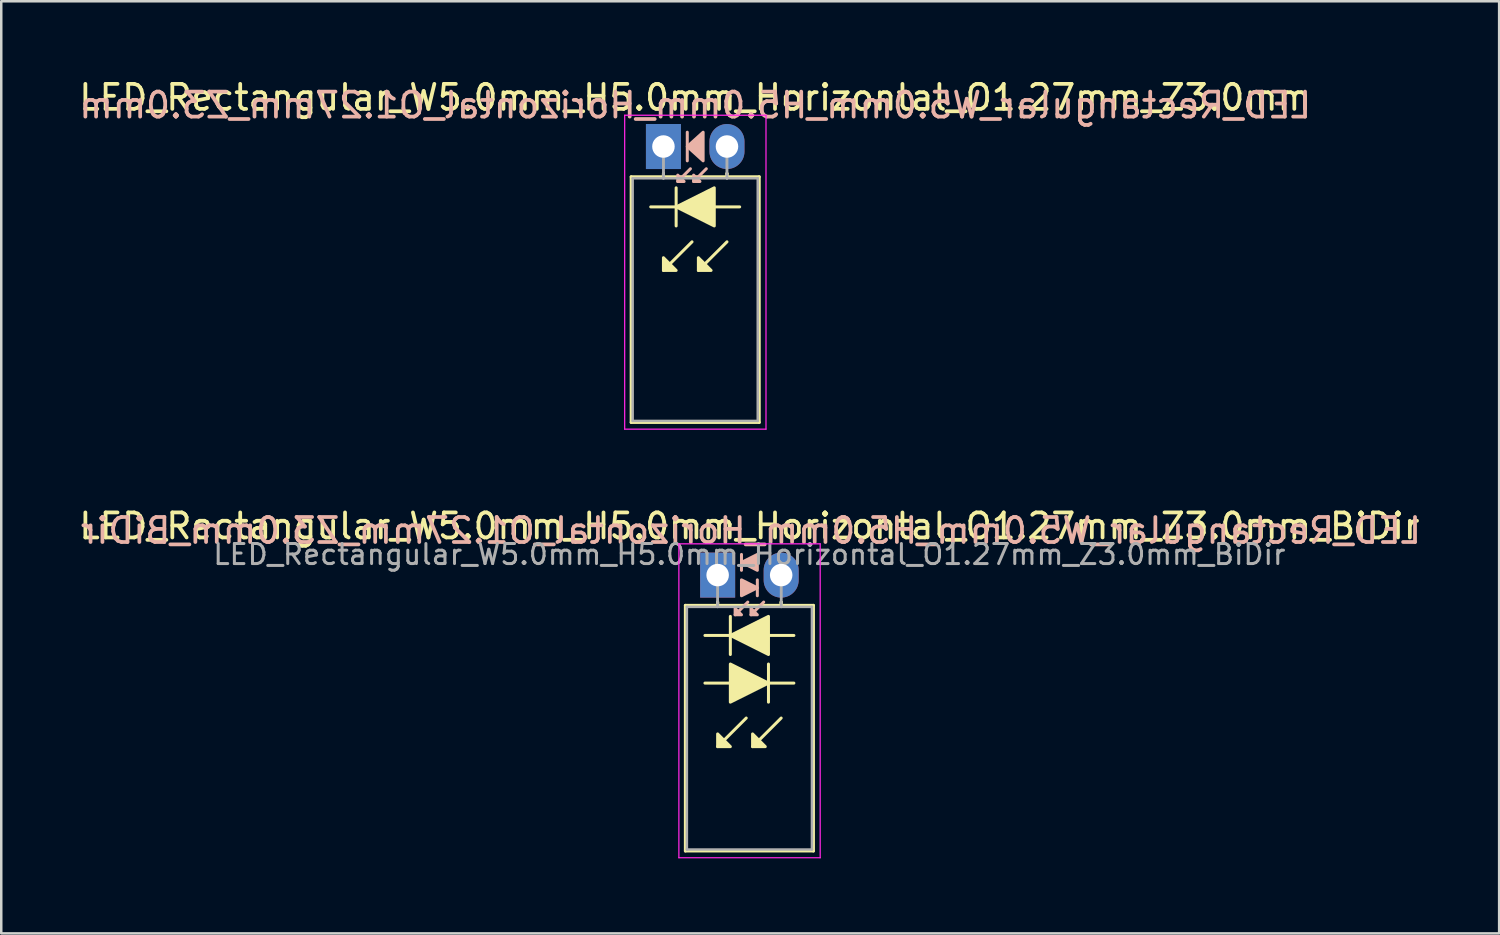
<source format=kicad_pcb>
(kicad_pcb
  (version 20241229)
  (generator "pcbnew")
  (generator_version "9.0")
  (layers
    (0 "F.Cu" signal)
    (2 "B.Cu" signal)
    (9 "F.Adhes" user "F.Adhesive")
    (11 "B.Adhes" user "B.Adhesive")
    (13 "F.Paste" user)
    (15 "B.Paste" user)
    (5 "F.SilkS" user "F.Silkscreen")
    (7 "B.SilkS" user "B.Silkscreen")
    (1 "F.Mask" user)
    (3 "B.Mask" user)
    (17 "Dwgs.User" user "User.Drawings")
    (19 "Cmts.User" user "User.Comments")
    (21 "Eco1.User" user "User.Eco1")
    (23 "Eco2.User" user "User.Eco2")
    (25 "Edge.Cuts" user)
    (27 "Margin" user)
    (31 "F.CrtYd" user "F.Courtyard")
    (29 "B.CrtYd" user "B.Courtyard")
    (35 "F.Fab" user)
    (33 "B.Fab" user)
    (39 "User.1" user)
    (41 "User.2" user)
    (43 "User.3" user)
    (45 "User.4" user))
  (footprint "LED_Rectangular_W5.0mm_H5.0mm_Horizontal_O1.27mm_Z3.0mm_BiDir"
    (layer "F.Cu")
    (at 25.641 19.942)
    (property "Reference" "LED_Rectangular_W5.0mm_H5.0mm_Horizontal_O1.27mm_Z3.0mm_BiDir" (at 1.27 -1.96 0) (layer "F.SilkS") (effects (font (size 1 1) (thickness 0.15))))
    (fp_line (start -1.29 1.21) (end -1.29 11.03) (stroke (width 0.12) (type solid)) (layer "F.SilkS"))
    (fp_line (start -1.29 11.03) (end 3.83 11.03) (stroke (width 0.12) (type solid)) (layer "F.SilkS"))
    (fp_line (start -0.508 4.318) (end 0.508 4.318) (stroke (width 0.12) (type solid)) (layer "F.SilkS"))
    (fp_line (start 0 1.08) (end 0 1.08) (stroke (width 0.12) (type solid)) (layer "F.SilkS"))
    (fp_line (start 0 1.08) (end 0 1.21) (stroke (width 0.12) (type solid)) (layer "F.SilkS"))
    (fp_line (start 0 1.21) (end 0 1.08) (stroke (width 0.12) (type solid)) (layer "F.SilkS"))
    (fp_line (start 0 1.21) (end 0 1.21) (stroke (width 0.12) (type solid)) (layer "F.SilkS"))
    (fp_line (start 0.508 1.651) (end 0.508 3.175) (stroke (width 0.12) (type solid)) (layer "F.SilkS"))
    (fp_line (start 0.508 2.413) (end -0.508 2.413) (stroke (width 0.12) (type solid)) (layer "F.SilkS"))
    (fp_line (start 1.143 5.715) (end 0 6.858) (stroke (width 0.12) (type solid)) (layer "F.SilkS"))
    (fp_line (start 2.032 4.318) (end 3.048 4.318) (stroke (width 0.12) (type solid)) (layer "F.SilkS"))
    (fp_line (start 2.032 5.08) (end 2.032 3.556) (stroke (width 0.12) (type solid)) (layer "F.SilkS"))
    (fp_line (start 2.54 1.08) (end 2.54 1.08) (stroke (width 0.12) (type solid)) (layer "F.SilkS"))
    (fp_line (start 2.54 1.08) (end 2.54 1.21) (stroke (width 0.12) (type solid)) (layer "F.SilkS"))
    (fp_line (start 2.54 1.21) (end 2.54 1.08) (stroke (width 0.12) (type solid)) (layer "F.SilkS"))
    (fp_line (start 2.54 1.21) (end 2.54 1.21) (stroke (width 0.12) (type solid)) (layer "F.SilkS"))
    (fp_line (start 2.54 5.715) (end 1.397 6.858) (stroke (width 0.12) (type solid)) (layer "F.SilkS"))
    (fp_line (start 3.048 2.413) (end 2.032 2.413) (stroke (width 0.12) (type solid)) (layer "F.SilkS"))
    (fp_line (start 3.83 1.21) (end -1.29 1.21) (stroke (width 0.12) (type solid)) (layer "F.SilkS"))
    (fp_line (start 3.83 11.03) (end 3.83 1.21) (stroke (width 0.12) (type solid)) (layer "F.SilkS"))
    (fp_poly (pts (xy 0 6.35) (xy 0.508 6.858) (xy 0 6.858)) (stroke (width 0.12) (type solid)) (fill yes) (layer "F.SilkS"))
    (fp_poly (pts (xy 0.508 3.556) (xy 2.032 4.318) (xy 0.508 5.08)) (stroke (width 0.12) (type solid)) (fill yes) (layer "F.SilkS"))
    (fp_poly (pts (xy 1.397 6.35) (xy 1.905 6.858) (xy 1.397 6.858)) (stroke (width 0.12) (type solid)) (fill yes) (layer "F.SilkS"))
    (fp_poly (pts (xy 2.032 3.175) (xy 0.508 2.413) (xy 2.032 1.651)) (stroke (width 0.12) (type solid)) (fill yes) (layer "F.SilkS"))
    (fp_line (start 0.953 -0.826) (end 0.953 -0.191) (stroke (width 0.12) (type solid)) (layer "B.SilkS"))
    (fp_line (start 1.206 1.079) (end 0.699 1.587) (stroke (width 0.12) (type solid)) (layer "B.SilkS"))
    (fp_line (start 1.587 0.826) (end 1.587 0.191) (stroke (width 0.12) (type solid)) (layer "B.SilkS"))
    (fp_line (start 1.841 1.079) (end 1.333 1.587) (stroke (width 0.12) (type solid)) (layer "B.SilkS"))
    (fp_poly (pts (xy 0.699 1.333) (xy 0.953 1.587) (xy 0.699 1.587)) (stroke (width 0.12) (type solid)) (fill yes) (layer "B.SilkS"))
    (fp_poly (pts (xy 0.953 0.191) (xy 1.587 0.508) (xy 0.953 0.826)) (stroke (width 0.12) (type solid)) (fill yes) (layer "B.SilkS"))
    (fp_poly (pts (xy 1.333 1.333) (xy 1.587 1.587) (xy 1.333 1.587)) (stroke (width 0.12) (type solid)) (fill yes) (layer "B.SilkS"))
    (fp_poly (pts (xy 1.587 -0.191) (xy 0.953 -0.508) (xy 1.587 -0.826)) (stroke (width 0.12) (type solid)) (fill yes) (layer "B.SilkS"))
    (fp_line (start -1.55 -1.25) (end -1.55 11.3) (stroke (width 0.05) (type solid)) (layer "F.CrtYd"))
    (fp_line (start -1.55 11.3) (end 4.1 11.3) (stroke (width 0.05) (type solid)) (layer "F.CrtYd"))
    (fp_line (start 4.1 -1.25) (end -1.55 -1.25) (stroke (width 0.05) (type solid)) (layer "F.CrtYd"))
    (fp_line (start 4.1 11.3) (end 4.1 -1.25) (stroke (width 0.05) (type solid)) (layer "F.CrtYd"))
    (fp_line (start -1.23 1.27) (end -1.23 10.97) (stroke (width 0.1) (type solid)) (layer "F.Fab"))
    (fp_line (start -1.23 10.97) (end 3.77 10.97) (stroke (width 0.1) (type solid)) (layer "F.Fab"))
    (fp_line (start 0 0) (end 0 0) (stroke (width 0.1) (type solid)) (layer "F.Fab"))
    (fp_line (start 0 0) (end 0 1.27) (stroke (width 0.1) (type solid)) (layer "F.Fab"))
    (fp_line (start 0 1.27) (end 0 0) (stroke (width 0.1) (type solid)) (layer "F.Fab"))
    (fp_line (start 0 1.27) (end 0 1.27) (stroke (width 0.1) (type solid)) (layer "F.Fab"))
    (fp_line (start 2.54 0) (end 2.54 0) (stroke (width 0.1) (type solid)) (layer "F.Fab"))
    (fp_line (start 2.54 0) (end 2.54 1.27) (stroke (width 0.1) (type solid)) (layer "F.Fab"))
    (fp_line (start 2.54 1.27) (end 2.54 0) (stroke (width 0.1) (type solid)) (layer "F.Fab"))
    (fp_line (start 2.54 1.27) (end 2.54 1.27) (stroke (width 0.1) (type solid)) (layer "F.Fab"))
    (fp_line (start 3.77 1.27) (end -1.23 1.27) (stroke (width 0.1) (type solid)) (layer "F.Fab"))
    (fp_line (start 3.77 10.97) (end 3.77 1.27) (stroke (width 0.1) (type solid)) (layer "F.Fab"))
    (fp_text user "${REFERENCE}" (at 1.333 -1.778 0) (layer "B.SilkS") (effects (font (size 1 1) (thickness 0.15)) (justify mirror)))
    (fp_text user "${REFERENCE}" (at 1.27 -0.826 0) (layer "F.Fab") (effects (font (size 0.8 0.8) (thickness 0.12))))
    (pad "1" thru_hole rect (at 0 0) (size 1.4 1.8) (drill 0.9) (layers "*.Cu" "*.Mask"))
    (pad "2" thru_hole oval (at 2.54 0) (size 1.4 1.8) (drill 0.9) (layers "*.Cu" "*.Mask")))
  (footprint "LED_Rectangular_W5.0mm_H5.0mm_Horizontal_O1.27mm_Z3.0mm"
    (layer "F.Cu")
    (at 23.474 2.808)
    (property "Reference" "LED_Rectangular_W5.0mm_H5.0mm_Horizontal_O1.27mm_Z3.0mm" (at 1.27 -1.96 0) (layer "F.SilkS") (effects (font (size 1 1) (thickness 0.15))))
    (fp_line (start -1.29 1.21) (end -1.29 11.03) (stroke (width 0.12) (type solid)) (layer "F.SilkS"))
    (fp_line (start -1.29 11.03) (end 3.83 11.03) (stroke (width 0.12) (type solid)) (layer "F.SilkS"))
    (fp_line (start 0 1.08) (end 0 1.08) (stroke (width 0.12) (type solid)) (layer "F.SilkS"))
    (fp_line (start 0 1.08) (end 0 1.21) (stroke (width 0.12) (type solid)) (layer "F.SilkS"))
    (fp_line (start 0 1.21) (end 0 1.08) (stroke (width 0.12) (type solid)) (layer "F.SilkS"))
    (fp_line (start 0 1.21) (end 0 1.21) (stroke (width 0.12) (type solid)) (layer "F.SilkS"))
    (fp_line (start 0.508 1.651) (end 0.508 3.175) (stroke (width 0.12) (type solid)) (layer "F.SilkS"))
    (fp_line (start 0.508 2.413) (end -0.508 2.413) (stroke (width 0.12) (type solid)) (layer "F.SilkS"))
    (fp_line (start 1.143 3.81) (end 0 4.953) (stroke (width 0.12) (type solid)) (layer "F.SilkS"))
    (fp_line (start 2.54 1.08) (end 2.54 1.08) (stroke (width 0.12) (type solid)) (layer "F.SilkS"))
    (fp_line (start 2.54 1.08) (end 2.54 1.21) (stroke (width 0.12) (type solid)) (layer "F.SilkS"))
    (fp_line (start 2.54 1.21) (end 2.54 1.08) (stroke (width 0.12) (type solid)) (layer "F.SilkS"))
    (fp_line (start 2.54 1.21) (end 2.54 1.21) (stroke (width 0.12) (type solid)) (layer "F.SilkS"))
    (fp_line (start 2.54 3.81) (end 1.397 4.953) (stroke (width 0.12) (type solid)) (layer "F.SilkS"))
    (fp_line (start 3.048 2.413) (end 2.032 2.413) (stroke (width 0.12) (type solid)) (layer "F.SilkS"))
    (fp_line (start 3.83 1.21) (end -1.29 1.21) (stroke (width 0.12) (type solid)) (layer "F.SilkS"))
    (fp_line (start 3.83 11.03) (end 3.83 1.21) (stroke (width 0.12) (type solid)) (layer "F.SilkS"))
    (fp_poly (pts (xy 0 4.445) (xy 0.508 4.953) (xy 0 4.953)) (stroke (width 0.12) (type solid)) (fill yes) (layer "F.SilkS"))
    (fp_poly (pts (xy 1.397 4.445) (xy 1.905 4.953) (xy 1.397 4.953)) (stroke (width 0.12) (type solid)) (fill yes) (layer "F.SilkS"))
    (fp_poly (pts (xy 2.032 3.175) (xy 0.508 2.413) (xy 2.032 1.651)) (stroke (width 0.12) (type solid)) (fill yes) (layer "F.SilkS"))
    (fp_line (start 0.953 -0.572) (end 0.953 0.572) (stroke (width 0.12) (type solid)) (layer "B.SilkS"))
    (fp_line (start 1.079 0.889) (end 0.572 1.397) (stroke (width 0.12) (type solid)) (layer "B.SilkS"))
    (fp_line (start 1.714 0.889) (end 1.206 1.397) (stroke (width 0.12) (type solid)) (layer "B.SilkS"))
    (fp_poly (pts (xy 0.572 1.143) (xy 0.826 1.397) (xy 0.572 1.397)) (stroke (width 0.12) (type solid)) (fill yes) (layer "B.SilkS"))
    (fp_poly (pts (xy 1.206 1.143) (xy 1.46 1.397) (xy 1.206 1.397)) (stroke (width 0.12) (type solid)) (fill yes) (layer "B.SilkS"))
    (fp_poly (pts (xy 1.587 0.572) (xy 0.953 0) (xy 1.587 -0.572)) (stroke (width 0.12) (type solid)) (fill yes) (layer "B.SilkS"))
    (fp_line (start -1.55 -1.25) (end -1.55 11.3) (stroke (width 0.05) (type solid)) (layer "F.CrtYd"))
    (fp_line (start -1.55 11.3) (end 4.1 11.3) (stroke (width 0.05) (type solid)) (layer "F.CrtYd"))
    (fp_line (start 4.1 -1.25) (end -1.55 -1.25) (stroke (width 0.05) (type solid)) (layer "F.CrtYd"))
    (fp_line (start 4.1 11.3) (end 4.1 -1.25) (stroke (width 0.05) (type solid)) (layer "F.CrtYd"))
    (fp_line (start -1.23 1.27) (end -1.23 10.97) (stroke (width 0.1) (type solid)) (layer "F.Fab"))
    (fp_line (start -1.23 10.97) (end 3.77 10.97) (stroke (width 0.1) (type solid)) (layer "F.Fab"))
    (fp_line (start 0 0) (end 0 0) (stroke (width 0.1) (type solid)) (layer "F.Fab"))
    (fp_line (start 0 0) (end 0 1.27) (stroke (width 0.1) (type solid)) (layer "F.Fab"))
    (fp_line (start 0 1.27) (end 0 0) (stroke (width 0.1) (type solid)) (layer "F.Fab"))
    (fp_line (start 0 1.27) (end 0 1.27) (stroke (width 0.1) (type solid)) (layer "F.Fab"))
    (fp_line (start 2.54 0) (end 2.54 0) (stroke (width 0.1) (type solid)) (layer "F.Fab"))
    (fp_line (start 2.54 0) (end 2.54 1.27) (stroke (width 0.1) (type solid)) (layer "F.Fab"))
    (fp_line (start 2.54 1.27) (end 2.54 0) (stroke (width 0.1) (type solid)) (layer "F.Fab"))
    (fp_line (start 2.54 1.27) (end 2.54 1.27) (stroke (width 0.1) (type solid)) (layer "F.Fab"))
    (fp_line (start 3.77 1.27) (end -1.23 1.27) (stroke (width 0.1) (type solid)) (layer "F.Fab"))
    (fp_line (start 3.77 10.97) (end 3.77 1.27) (stroke (width 0.1) (type solid)) (layer "F.Fab"))
    (fp_text user "${REFERENCE}" (at 1.27 -1.651 0) (layer "B.SilkS") (effects (font (size 1 1) (thickness 0.15)) (justify mirror)))
    (pad "1" thru_hole rect (at 0 0) (size 1.4 1.8) (drill 0.9) (layers "*.Cu" "*.Mask"))
    (pad "2" thru_hole oval (at 2.54 0) (size 1.4 1.8) (drill 0.9) (layers "*.Cu" "*.Mask")))
  (gr_rect
    (start -3 -3)
    (end 56.885 34.267)
    (stroke (width 0.1) (type default))
    (fill no)
    (layer "Edge.Cuts")))
</source>
